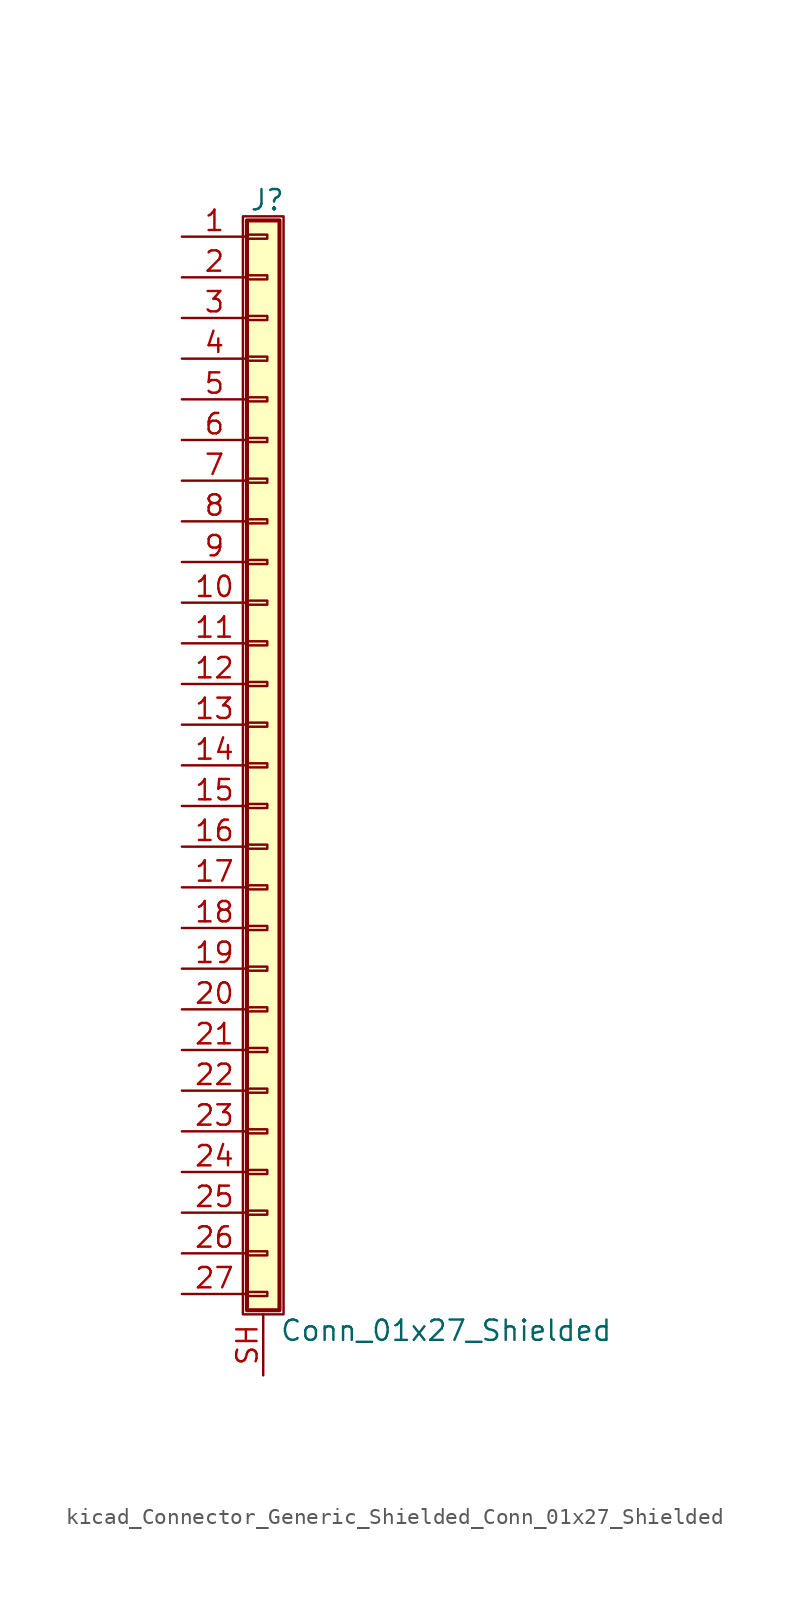
<source format=kicad_sym>
(kicad_symbol_lib
  (version 20220914)
  (generator kicad_symbol_editor)
  (symbol "kicad_Connector_Generic_Shielded_Conn_01x27_Shielded"
    (pin_names
      (offset 1.016) hide)
    (property "Reference" "J"
      (at 0.254 35.306 0)
      (effects (font (size 1.27 1.27))))
    (property "Value" "Conn_01x27_Shielded"
      (at 1.016 -35.306 0)
      (effects (font (size 1.27 1.27)) (justify left)))
    (symbol "kicad_Connector_Generic_Shielded_Conn_01x27_Shielded_1_1"
      (rectangle (start -1.27 34.29) (end 1.27 -34.29) (stroke (width 0.152) (type default)) (fill (type none)))
      (rectangle (start -1.016 -32.893) (end 0.254 -33.147) (stroke (width 0.152) (type default)) (fill (type none)))
      (rectangle (start -1.016 -30.353) (end 0.254 -30.607) (stroke (width 0.152) (type default)) (fill (type none)))
      (rectangle (start -1.016 -27.813) (end 0.254 -28.067) (stroke (width 0.152) (type default)) (fill (type none)))
      (rectangle (start -1.016 -25.273) (end 0.254 -25.527) (stroke (width 0.152) (type default)) (fill (type none)))
      (rectangle (start -1.016 -22.733) (end 0.254 -22.987) (stroke (width 0.152) (type default)) (fill (type none)))
      (rectangle (start -1.016 -20.193) (end 0.254 -20.447) (stroke (width 0.152) (type default)) (fill (type none)))
      (rectangle (start -1.016 -17.653) (end 0.254 -17.907) (stroke (width 0.152) (type default)) (fill (type none)))
      (rectangle (start -1.016 -15.113) (end 0.254 -15.367) (stroke (width 0.152) (type default)) (fill (type none)))
      (rectangle (start -1.016 -12.573) (end 0.254 -12.827) (stroke (width 0.152) (type default)) (fill (type none)))
      (rectangle (start -1.016 -10.033) (end 0.254 -10.287) (stroke (width 0.152) (type default)) (fill (type none)))
      (rectangle (start -1.016 -7.493) (end 0.254 -7.747) (stroke (width 0.152) (type default)) (fill (type none)))
      (rectangle (start -1.016 -4.953) (end 0.254 -5.207) (stroke (width 0.152) (type default)) (fill (type none)))
      (rectangle (start -1.016 -2.413) (end 0.254 -2.667) (stroke (width 0.152) (type default)) (fill (type none)))
      (rectangle (start -1.016 0.127) (end 0.254 -0.127) (stroke (width 0.152) (type default)) (fill (type none)))
      (rectangle (start -1.016 2.667) (end 0.254 2.413) (stroke (width 0.152) (type default)) (fill (type none)))
      (rectangle (start -1.016 5.207) (end 0.254 4.953) (stroke (width 0.152) (type default)) (fill (type none)))
      (rectangle (start -1.016 7.747) (end 0.254 7.493) (stroke (width 0.152) (type default)) (fill (type none)))
      (rectangle (start -1.016 10.287) (end 0.254 10.033) (stroke (width 0.152) (type default)) (fill (type none)))
      (rectangle (start -1.016 12.827) (end 0.254 12.573) (stroke (width 0.152) (type default)) (fill (type none)))
      (rectangle (start -1.016 15.367) (end 0.254 15.113) (stroke (width 0.152) (type default)) (fill (type none)))
      (rectangle (start -1.016 17.907) (end 0.254 17.653) (stroke (width 0.152) (type default)) (fill (type none)))
      (rectangle (start -1.016 20.447) (end 0.254 20.193) (stroke (width 0.152) (type default)) (fill (type none)))
      (rectangle (start -1.016 22.987) (end 0.254 22.733) (stroke (width 0.152) (type default)) (fill (type none)))
      (rectangle (start -1.016 25.527) (end 0.254 25.273) (stroke (width 0.152) (type default)) (fill (type none)))
      (rectangle (start -1.016 28.067) (end 0.254 27.813) (stroke (width 0.152) (type default)) (fill (type none)))
      (rectangle (start -1.016 30.607) (end 0.254 30.353) (stroke (width 0.152) (type default)) (fill (type none)))
      (rectangle (start -1.016 33.147) (end 0.254 32.893) (stroke (width 0.152) (type default)) (fill (type none)))
      (rectangle (start -1.016 34.036) (end 1.016 -34.036) (stroke (width 0.254) (type default)) (fill (type background)))
      (pin passive line (at -5.08 33.02 0) (length 4.064) (name "Pin_1" (effects (font (size 1.27 1.27)))) (number "1" (effects (font (size 1.27 1.27)))))
      (pin passive line (at -5.08 10.16 0) (length 4.064) (name "Pin_10" (effects (font (size 1.27 1.27)))) (number "10" (effects (font (size 1.27 1.27)))))
      (pin passive line (at -5.08 7.62 0) (length 4.064) (name "Pin_11" (effects (font (size 1.27 1.27)))) (number "11" (effects (font (size 1.27 1.27)))))
      (pin passive line (at -5.08 5.08 0) (length 4.064) (name "Pin_12" (effects (font (size 1.27 1.27)))) (number "12" (effects (font (size 1.27 1.27)))))
      (pin passive line (at -5.08 2.54 0) (length 4.064) (name "Pin_13" (effects (font (size 1.27 1.27)))) (number "13" (effects (font (size 1.27 1.27)))))
      (pin passive line (at -5.08 0 0) (length 4.064) (name "Pin_14" (effects (font (size 1.27 1.27)))) (number "14" (effects (font (size 1.27 1.27)))))
      (pin passive line (at -5.08 -2.54 0) (length 4.064) (name "Pin_15" (effects (font (size 1.27 1.27)))) (number "15" (effects (font (size 1.27 1.27)))))
      (pin passive line (at -5.08 -5.08 0) (length 4.064) (name "Pin_16" (effects (font (size 1.27 1.27)))) (number "16" (effects (font (size 1.27 1.27)))))
      (pin passive line (at -5.08 -7.62 0) (length 4.064) (name "Pin_17" (effects (font (size 1.27 1.27)))) (number "17" (effects (font (size 1.27 1.27)))))
      (pin passive line (at -5.08 -10.16 0) (length 4.064) (name "Pin_18" (effects (font (size 1.27 1.27)))) (number "18" (effects (font (size 1.27 1.27)))))
      (pin passive line (at -5.08 -12.7 0) (length 4.064) (name "Pin_19" (effects (font (size 1.27 1.27)))) (number "19" (effects (font (size 1.27 1.27)))))
      (pin passive line (at -5.08 30.48 0) (length 4.064) (name "Pin_2" (effects (font (size 1.27 1.27)))) (number "2" (effects (font (size 1.27 1.27)))))
      (pin passive line (at -5.08 -15.24 0) (length 4.064) (name "Pin_20" (effects (font (size 1.27 1.27)))) (number "20" (effects (font (size 1.27 1.27)))))
      (pin passive line (at -5.08 -17.78 0) (length 4.064) (name "Pin_21" (effects (font (size 1.27 1.27)))) (number "21" (effects (font (size 1.27 1.27)))))
      (pin passive line (at -5.08 -20.32 0) (length 4.064) (name "Pin_22" (effects (font (size 1.27 1.27)))) (number "22" (effects (font (size 1.27 1.27)))))
      (pin passive line (at -5.08 -22.86 0) (length 4.064) (name "Pin_23" (effects (font (size 1.27 1.27)))) (number "23" (effects (font (size 1.27 1.27)))))
      (pin passive line (at -5.08 -25.4 0) (length 4.064) (name "Pin_24" (effects (font (size 1.27 1.27)))) (number "24" (effects (font (size 1.27 1.27)))))
      (pin passive line (at -5.08 -27.94 0) (length 4.064) (name "Pin_25" (effects (font (size 1.27 1.27)))) (number "25" (effects (font (size 1.27 1.27)))))
      (pin passive line (at -5.08 -30.48 0) (length 4.064) (name "Pin_26" (effects (font (size 1.27 1.27)))) (number "26" (effects (font (size 1.27 1.27)))))
      (pin passive line (at -5.08 -33.02 0) (length 4.064) (name "Pin_27" (effects (font (size 1.27 1.27)))) (number "27" (effects (font (size 1.27 1.27)))))
      (pin passive line (at -5.08 27.94 0) (length 4.064) (name "Pin_3" (effects (font (size 1.27 1.27)))) (number "3" (effects (font (size 1.27 1.27)))))
      (pin passive line (at -5.08 25.4 0) (length 4.064) (name "Pin_4" (effects (font (size 1.27 1.27)))) (number "4" (effects (font (size 1.27 1.27)))))
      (pin passive line (at -5.08 22.86 0) (length 4.064) (name "Pin_5" (effects (font (size 1.27 1.27)))) (number "5" (effects (font (size 1.27 1.27)))))
      (pin passive line (at -5.08 20.32 0) (length 4.064) (name "Pin_6" (effects (font (size 1.27 1.27)))) (number "6" (effects (font (size 1.27 1.27)))))
      (pin passive line (at -5.08 17.78 0) (length 4.064) (name "Pin_7" (effects (font (size 1.27 1.27)))) (number "7" (effects (font (size 1.27 1.27)))))
      (pin passive line (at -5.08 15.24 0) (length 4.064) (name "Pin_8" (effects (font (size 1.27 1.27)))) (number "8" (effects (font (size 1.27 1.27)))))
      (pin passive line (at -5.08 12.7 0) (length 4.064) (name "Pin_9" (effects (font (size 1.27 1.27)))) (number "9" (effects (font (size 1.27 1.27)))))
      (pin passive line (at 0 -38.1 90) (length 3.81) (name "Shield" (effects (font (size 1.27 1.27)))) (number "SH" (effects (font (size 1.27 1.27))))))))
</source>
